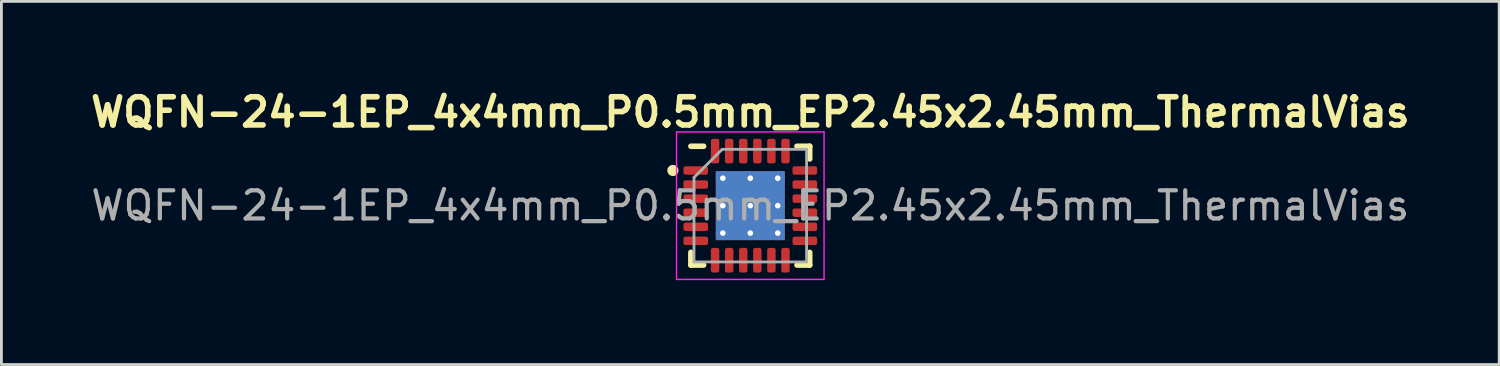
<source format=kicad_pcb>
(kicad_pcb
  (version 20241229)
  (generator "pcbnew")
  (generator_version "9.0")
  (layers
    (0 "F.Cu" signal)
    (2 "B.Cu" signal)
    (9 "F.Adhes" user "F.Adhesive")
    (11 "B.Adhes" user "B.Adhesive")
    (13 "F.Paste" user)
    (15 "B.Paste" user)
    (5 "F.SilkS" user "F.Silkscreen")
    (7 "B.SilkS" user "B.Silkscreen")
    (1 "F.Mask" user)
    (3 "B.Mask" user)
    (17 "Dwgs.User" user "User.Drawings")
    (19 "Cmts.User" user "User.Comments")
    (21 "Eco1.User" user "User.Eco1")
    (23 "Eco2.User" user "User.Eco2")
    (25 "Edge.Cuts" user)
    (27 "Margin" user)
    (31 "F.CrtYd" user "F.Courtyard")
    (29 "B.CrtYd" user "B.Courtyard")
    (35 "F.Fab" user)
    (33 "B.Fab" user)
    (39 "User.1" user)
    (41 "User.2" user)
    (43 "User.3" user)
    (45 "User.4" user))
  (footprint "WQFN-24-1EP_4x4mm_P0.5mm_EP2.45x2.45mm_ThermalVias"
    (layer "F.Cu")
    (at 23.605 4.256)
    (property "Reference" "WQFN-24-1EP_4x4mm_P0.5mm_EP2.45x2.45mm_ThermalVias" (at 0 -3.32 0) (layer "F.SilkS") (effects (font (size 1 1) (thickness 0.2))))
    (attr smd)
    (fp_line (start -2.11 2.11) (end -2.11 1.66) (stroke (width 0.2) (type solid)) (layer "F.SilkS"))
    (fp_line (start -1.66 -2.11) (end -2.11 -2.11) (stroke (width 0.2) (type solid)) (layer "F.SilkS"))
    (fp_line (start -1.66 2.11) (end -2.11 2.11) (stroke (width 0.2) (type solid)) (layer "F.SilkS"))
    (fp_line (start 1.66 -2.11) (end 2.11 -2.11) (stroke (width 0.2) (type solid)) (layer "F.SilkS"))
    (fp_line (start 1.66 2.11) (end 2.11 2.11) (stroke (width 0.2) (type solid)) (layer "F.SilkS"))
    (fp_line (start 2.11 -2.11) (end 2.11 -1.66) (stroke (width 0.2) (type solid)) (layer "F.SilkS"))
    (fp_line (start 2.11 2.11) (end 2.11 1.66) (stroke (width 0.2) (type solid)) (layer "F.SilkS"))
    (fp_circle (center -2.75 -1.25) (end -2.65 -1.25) (stroke (width 0.2) (type solid)) (fill no) (layer "F.SilkS"))
    (fp_line (start -2.62 -2.62) (end -2.62 2.62) (stroke (width 0.05) (type solid)) (layer "F.CrtYd"))
    (fp_line (start -2.62 2.62) (end 2.62 2.62) (stroke (width 0.05) (type solid)) (layer "F.CrtYd"))
    (fp_line (start 2.62 -2.62) (end -2.62 -2.62) (stroke (width 0.05) (type solid)) (layer "F.CrtYd"))
    (fp_line (start 2.62 2.62) (end 2.62 -2.62) (stroke (width 0.05) (type solid)) (layer "F.CrtYd"))
    (fp_line (start -2 -1) (end -1 -2) (stroke (width 0.1) (type solid)) (layer "F.Fab"))
    (fp_line (start -2 2) (end -2 -1) (stroke (width 0.1) (type solid)) (layer "F.Fab"))
    (fp_line (start -1 -2) (end 2 -2) (stroke (width 0.1) (type solid)) (layer "F.Fab"))
    (fp_line (start 2 -2) (end 2 2) (stroke (width 0.1) (type solid)) (layer "F.Fab"))
    (fp_line (start 2 2) (end -2 2) (stroke (width 0.1) (type solid)) (layer "F.Fab"))
    (fp_text user "${REFERENCE}" (at 0 0 0) (layer "F.Fab") (effects (font (size 1 1) (thickness 0.15))))
    (pad "" smd roundrect (at -0.61 -0.61) (size 1.06 1.06) (layers "F.Paste") (roundrect_rratio 0.236))
    (pad "" smd roundrect (at -0.61 0.61) (size 1.06 1.06) (layers "F.Paste") (roundrect_rratio 0.236))
    (pad "" smd roundrect (at 0.61 -0.61) (size 1.06 1.06) (layers "F.Paste") (roundrect_rratio 0.236))
    (pad "" smd roundrect (at 0.61 0.61) (size 1.06 1.06) (layers "F.Paste") (roundrect_rratio 0.236))
    (pad "1" smd roundrect (at -1.938 -1.25) (size 0.875 0.3) (layers "F.Cu" "F.Mask" "F.Paste") (roundrect_rratio 0.25))
    (pad "2" smd roundrect (at -1.938 -0.75) (size 0.875 0.3) (layers "F.Cu" "F.Mask" "F.Paste") (roundrect_rratio 0.25))
    (pad "3" smd roundrect (at -1.938 -0.25) (size 0.875 0.3) (layers "F.Cu" "F.Mask" "F.Paste") (roundrect_rratio 0.25))
    (pad "4" smd roundrect (at -1.938 0.25) (size 0.875 0.3) (layers "F.Cu" "F.Mask" "F.Paste") (roundrect_rratio 0.25))
    (pad "5" smd roundrect (at -1.938 0.75) (size 0.875 0.3) (layers "F.Cu" "F.Mask" "F.Paste") (roundrect_rratio 0.25))
    (pad "6" smd roundrect (at -1.938 1.25) (size 0.875 0.3) (layers "F.Cu" "F.Mask" "F.Paste") (roundrect_rratio 0.25))
    (pad "7" smd roundrect (at -1.25 1.938) (size 0.3 0.875) (layers "F.Cu" "F.Mask" "F.Paste") (roundrect_rratio 0.25))
    (pad "8" smd roundrect (at -0.75 1.938) (size 0.3 0.875) (layers "F.Cu" "F.Mask" "F.Paste") (roundrect_rratio 0.25))
    (pad "9" smd roundrect (at -0.25 1.938) (size 0.3 0.875) (layers "F.Cu" "F.Mask" "F.Paste") (roundrect_rratio 0.25))
    (pad "10" smd roundrect (at 0.25 1.938) (size 0.3 0.875) (layers "F.Cu" "F.Mask" "F.Paste") (roundrect_rratio 0.25))
    (pad "11" smd roundrect (at 0.75 1.938) (size 0.3 0.875) (layers "F.Cu" "F.Mask" "F.Paste") (roundrect_rratio 0.25))
    (pad "12" smd roundrect (at 1.25 1.938) (size 0.3 0.875) (layers "F.Cu" "F.Mask" "F.Paste") (roundrect_rratio 0.25))
    (pad "13" smd roundrect (at 1.938 1.25) (size 0.875 0.3) (layers "F.Cu" "F.Mask" "F.Paste") (roundrect_rratio 0.25))
    (pad "14" smd roundrect (at 1.938 0.75) (size 0.875 0.3) (layers "F.Cu" "F.Mask" "F.Paste") (roundrect_rratio 0.25))
    (pad "15" smd roundrect (at 1.938 0.25) (size 0.875 0.3) (layers "F.Cu" "F.Mask" "F.Paste") (roundrect_rratio 0.25))
    (pad "16" smd roundrect (at 1.938 -0.25) (size 0.875 0.3) (layers "F.Cu" "F.Mask" "F.Paste") (roundrect_rratio 0.25))
    (pad "17" smd roundrect (at 1.938 -0.75) (size 0.875 0.3) (layers "F.Cu" "F.Mask" "F.Paste") (roundrect_rratio 0.25))
    (pad "18" smd roundrect (at 1.938 -1.25) (size 0.875 0.3) (layers "F.Cu" "F.Mask" "F.Paste") (roundrect_rratio 0.25))
    (pad "19" smd roundrect (at 1.25 -1.938) (size 0.3 0.875) (layers "F.Cu" "F.Mask" "F.Paste") (roundrect_rratio 0.25))
    (pad "20" smd roundrect (at 0.75 -1.938) (size 0.3 0.875) (layers "F.Cu" "F.Mask" "F.Paste") (roundrect_rratio 0.25))
    (pad "21" smd roundrect (at 0.25 -1.938) (size 0.3 0.875) (layers "F.Cu" "F.Mask" "F.Paste") (roundrect_rratio 0.25))
    (pad "22" smd roundrect (at -0.25 -1.938) (size 0.3 0.875) (layers "F.Cu" "F.Mask" "F.Paste") (roundrect_rratio 0.25))
    (pad "23" smd roundrect (at -0.75 -1.938) (size 0.3 0.875) (layers "F.Cu" "F.Mask" "F.Paste") (roundrect_rratio 0.25))
    (pad "24" smd roundrect (at -1.25 -1.938) (size 0.3 0.875) (layers "F.Cu" "F.Mask" "F.Paste") (roundrect_rratio 0.25))
    (pad "25" thru_hole circle (at -0.975 -0.975) (size 0.5 0.5) (drill 0.2) (layers "*.Cu"))
    (pad "25" thru_hole circle (at -0.975 0) (size 0.5 0.5) (drill 0.2) (layers "*.Cu"))
    (pad "25" thru_hole circle (at -0.975 0.975) (size 0.5 0.5) (drill 0.2) (layers "*.Cu"))
    (pad "25" thru_hole circle (at 0 -0.975) (size 0.5 0.5) (drill 0.2) (layers "*.Cu"))
    (pad "25" thru_hole circle (at 0 0) (size 0.5 0.5) (drill 0.2) (layers "*.Cu"))
    (pad "25" smd rect (at 0 0) (size 2.45 2.45) (layers "F.Cu" "F.Mask"))
    (pad "25" smd rect (at 0 0) (size 2.45 2.45) (layers "B.Cu"))
    (pad "25" thru_hole circle (at 0 0.975) (size 0.5 0.5) (drill 0.2) (layers "*.Cu"))
    (pad "25" thru_hole circle (at 0.975 -0.975) (size 0.5 0.5) (drill 0.2) (layers "*.Cu"))
    (pad "25" thru_hole circle (at 0.975 0) (size 0.5 0.5) (drill 0.2) (layers "*.Cu"))
    (pad "25" thru_hole circle (at 0.975 0.975) (size 0.5 0.5) (drill 0.2) (layers "*.Cu")))
  (gr_rect
    (start -3 -3)
    (end 50.21 9.901)
    (stroke (width 0.1) (type default))
    (fill no)
    (layer "Edge.Cuts")))
</source>
